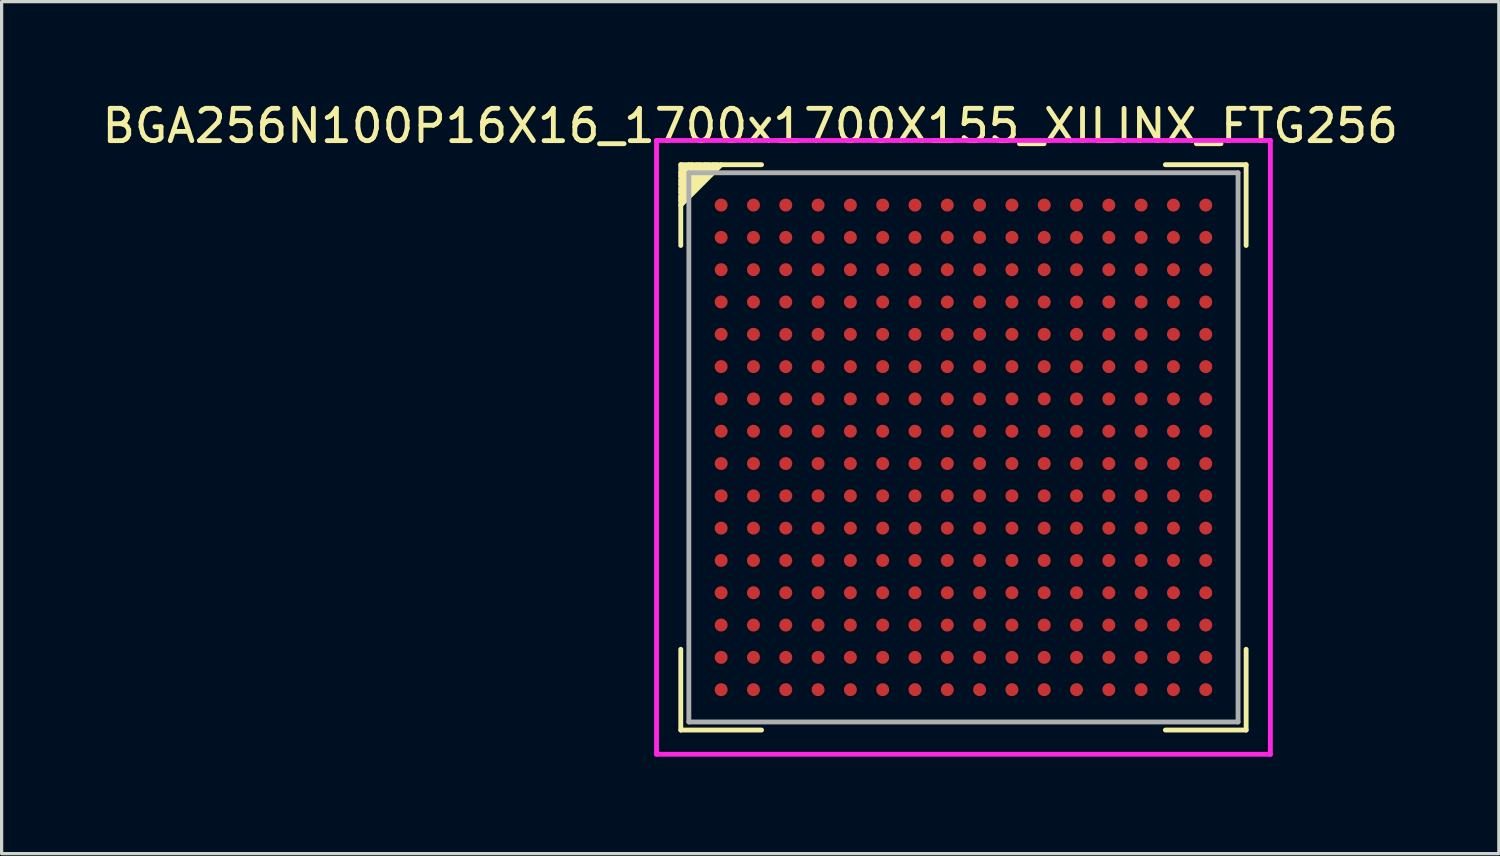
<source format=kicad_pcb>
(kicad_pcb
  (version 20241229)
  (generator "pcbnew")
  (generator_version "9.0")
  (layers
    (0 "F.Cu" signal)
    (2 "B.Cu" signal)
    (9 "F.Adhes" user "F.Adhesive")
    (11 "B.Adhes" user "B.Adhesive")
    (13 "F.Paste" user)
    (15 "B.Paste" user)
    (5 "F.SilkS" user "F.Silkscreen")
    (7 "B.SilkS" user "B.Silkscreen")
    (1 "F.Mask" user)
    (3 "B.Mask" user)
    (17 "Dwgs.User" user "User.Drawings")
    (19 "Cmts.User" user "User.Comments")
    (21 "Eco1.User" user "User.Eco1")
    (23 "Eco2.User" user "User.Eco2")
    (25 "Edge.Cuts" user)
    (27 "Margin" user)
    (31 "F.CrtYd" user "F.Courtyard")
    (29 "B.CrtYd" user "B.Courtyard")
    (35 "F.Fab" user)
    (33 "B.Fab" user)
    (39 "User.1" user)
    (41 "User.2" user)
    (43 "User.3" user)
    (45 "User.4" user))
  (footprint "BGA256N100P16X16_1700x1700X155_XILINX_FTG256"
    (layer "F.Cu")
    (at 26.773 10.798)
    (property "Reference" "BGA256N100P16X16_1700x1700X155_XILINX_FTG256" (at -6.6 -9.95 0) (layer "F.SilkS") (effects (font (size 1 1) (thickness 0.15))))
    (attr through_hole)
    (fp_line (start -8.75 -8.75) (end -8.75 -6.25) (stroke (width 0.15) (type solid)) (layer "F.SilkS"))
    (fp_line (start -8.75 -8.75) (end -6.25 -8.75) (stroke (width 0.15) (type solid)) (layer "F.SilkS"))
    (fp_line (start -8.75 -8.5) (end -8.5 -8.75) (stroke (width 0.15) (type solid)) (layer "F.SilkS"))
    (fp_line (start -8.75 -8.4) (end -8.4 -8.75) (stroke (width 0.15) (type solid)) (layer "F.SilkS"))
    (fp_line (start -8.75 -8.25) (end -8.25 -8.75) (stroke (width 0.15) (type solid)) (layer "F.SilkS"))
    (fp_line (start -8.75 -8) (end -8 -8.75) (stroke (width 0.15) (type solid)) (layer "F.SilkS"))
    (fp_line (start -8.75 -7.9) (end -7.9 -8.75) (stroke (width 0.15) (type solid)) (layer "F.SilkS"))
    (fp_line (start -8.75 -7.75) (end -7.75 -8.75) (stroke (width 0.15) (type solid)) (layer "F.SilkS"))
    (fp_line (start -8.75 -7.65) (end -7.65 -8.75) (stroke (width 0.15) (type solid)) (layer "F.SilkS"))
    (fp_line (start -8.75 -7.5) (end -7.5 -8.75) (stroke (width 0.15) (type solid)) (layer "F.SilkS"))
    (fp_line (start -8.75 8.75) (end -8.75 6.25) (stroke (width 0.15) (type solid)) (layer "F.SilkS"))
    (fp_line (start -8.75 8.75) (end -6.25 8.75) (stroke (width 0.15) (type solid)) (layer "F.SilkS"))
    (fp_line (start -8.15 -8.75) (end -8.75 -8.15) (stroke (width 0.15) (type solid)) (layer "F.SilkS"))
    (fp_line (start 8.75 -8.75) (end 6.25 -8.75) (stroke (width 0.15) (type solid)) (layer "F.SilkS"))
    (fp_line (start 8.75 -8.75) (end 8.75 -6.25) (stroke (width 0.15) (type solid)) (layer "F.SilkS"))
    (fp_line (start 8.75 6.25) (end 8.75 8.75) (stroke (width 0.15) (type solid)) (layer "F.SilkS"))
    (fp_line (start 8.75 8.75) (end 6.25 8.75) (stroke (width 0.15) (type solid)) (layer "F.SilkS"))
    (fp_line (start -9.5 -9.5) (end 9.5 -9.5) (stroke (width 0.15) (type solid)) (layer "F.CrtYd"))
    (fp_line (start -9.5 9.5) (end -9.5 -9.5) (stroke (width 0.15) (type solid)) (layer "F.CrtYd"))
    (fp_line (start 9.5 -9.5) (end 9.5 9.5) (stroke (width 0.15) (type solid)) (layer "F.CrtYd"))
    (fp_line (start 9.5 9.5) (end -9.5 9.5) (stroke (width 0.15) (type solid)) (layer "F.CrtYd"))
    (fp_line (start -8.5 -8.5) (end 8.5 -8.5) (stroke (width 0.15) (type solid)) (layer "F.Fab"))
    (fp_line (start -8.5 8.5) (end -8.5 -8.5) (stroke (width 0.15) (type solid)) (layer "F.Fab"))
    (fp_line (start 8.5 -8.5) (end 8.5 8.5) (stroke (width 0.15) (type solid)) (layer "F.Fab"))
    (fp_line (start 8.5 8.5) (end -8.5 8.5) (stroke (width 0.15) (type solid)) (layer "F.Fab"))
    (pad "A1" smd circle (at -7.5 -7.5) (size 0.4 0.4) (layers "F.Cu" "F.Mask" "F.Paste"))
    (pad "A2" smd circle (at -6.5 -7.5) (size 0.4 0.4) (layers "F.Cu" "F.Mask" "F.Paste"))
    (pad "A3" smd circle (at -5.5 -7.5) (size 0.4 0.4) (layers "F.Cu" "F.Mask" "F.Paste"))
    (pad "A4" smd circle (at -4.5 -7.5) (size 0.4 0.4) (layers "F.Cu" "F.Mask" "F.Paste"))
    (pad "A5" smd circle (at -3.5 -7.5) (size 0.4 0.4) (layers "F.Cu" "F.Mask" "F.Paste"))
    (pad "A6" smd circle (at -2.5 -7.5) (size 0.4 0.4) (layers "F.Cu" "F.Mask" "F.Paste"))
    (pad "A7" smd circle (at -1.5 -7.5) (size 0.4 0.4) (layers "F.Cu" "F.Mask" "F.Paste"))
    (pad "A8" smd circle (at -0.5 -7.5) (size 0.4 0.4) (layers "F.Cu" "F.Mask" "F.Paste"))
    (pad "A9" smd circle (at 0.5 -7.5) (size 0.4 0.4) (layers "F.Cu" "F.Mask" "F.Paste"))
    (pad "A10" smd circle (at 1.5 -7.5) (size 0.4 0.4) (layers "F.Cu" "F.Mask" "F.Paste"))
    (pad "A11" smd circle (at 2.5 -7.5) (size 0.4 0.4) (layers "F.Cu" "F.Mask" "F.Paste"))
    (pad "A12" smd circle (at 3.5 -7.5) (size 0.4 0.4) (layers "F.Cu" "F.Mask" "F.Paste"))
    (pad "A13" smd circle (at 4.5 -7.5) (size 0.4 0.4) (layers "F.Cu" "F.Mask" "F.Paste"))
    (pad "A14" smd circle (at 5.5 -7.5) (size 0.4 0.4) (layers "F.Cu" "F.Mask" "F.Paste"))
    (pad "A15" smd circle (at 6.5 -7.5) (size 0.4 0.4) (layers "F.Cu" "F.Mask" "F.Paste"))
    (pad "A16" smd circle (at 7.5 -7.5) (size 0.4 0.4) (layers "F.Cu" "F.Mask" "F.Paste"))
    (pad "B1" smd circle (at -7.5 -6.5) (size 0.4 0.4) (layers "F.Cu" "F.Mask" "F.Paste"))
    (pad "B2" smd circle (at -6.5 -6.5) (size 0.4 0.4) (layers "F.Cu" "F.Mask" "F.Paste"))
    (pad "B3" smd circle (at -5.5 -6.5) (size 0.4 0.4) (layers "F.Cu" "F.Mask" "F.Paste"))
    (pad "B4" smd circle (at -4.5 -6.5) (size 0.4 0.4) (layers "F.Cu" "F.Mask" "F.Paste"))
    (pad "B5" smd circle (at -3.5 -6.5) (size 0.4 0.4) (layers "F.Cu" "F.Mask" "F.Paste"))
    (pad "B6" smd circle (at -2.5 -6.5) (size 0.4 0.4) (layers "F.Cu" "F.Mask" "F.Paste"))
    (pad "B7" smd circle (at -1.5 -6.5) (size 0.4 0.4) (layers "F.Cu" "F.Mask" "F.Paste"))
    (pad "B8" smd circle (at -0.5 -6.5) (size 0.4 0.4) (layers "F.Cu" "F.Mask" "F.Paste"))
    (pad "B9" smd circle (at 0.5 -6.5) (size 0.4 0.4) (layers "F.Cu" "F.Mask" "F.Paste"))
    (pad "B10" smd circle (at 1.5 -6.5) (size 0.4 0.4) (layers "F.Cu" "F.Mask" "F.Paste"))
    (pad "B11" smd circle (at 2.5 -6.5) (size 0.4 0.4) (layers "F.Cu" "F.Mask" "F.Paste"))
    (pad "B12" smd circle (at 3.5 -6.5) (size 0.4 0.4) (layers "F.Cu" "F.Mask" "F.Paste"))
    (pad "B13" smd circle (at 4.5 -6.5) (size 0.4 0.4) (layers "F.Cu" "F.Mask" "F.Paste"))
    (pad "B14" smd circle (at 5.5 -6.5) (size 0.4 0.4) (layers "F.Cu" "F.Mask" "F.Paste"))
    (pad "B15" smd circle (at 6.5 -6.5) (size 0.4 0.4) (layers "F.Cu" "F.Mask" "F.Paste"))
    (pad "B16" smd circle (at 7.5 -6.5) (size 0.4 0.4) (layers "F.Cu" "F.Mask" "F.Paste"))
    (pad "C1" smd circle (at -7.5 -5.5) (size 0.4 0.4) (layers "F.Cu" "F.Mask" "F.Paste"))
    (pad "C2" smd circle (at -6.5 -5.5) (size 0.4 0.4) (layers "F.Cu" "F.Mask" "F.Paste"))
    (pad "C3" smd circle (at -5.5 -5.5) (size 0.4 0.4) (layers "F.Cu" "F.Mask" "F.Paste"))
    (pad "C4" smd circle (at -4.5 -5.5) (size 0.4 0.4) (layers "F.Cu" "F.Mask" "F.Paste"))
    (pad "C5" smd circle (at -3.5 -5.5) (size 0.4 0.4) (layers "F.Cu" "F.Mask" "F.Paste"))
    (pad "C6" smd circle (at -2.5 -5.5) (size 0.4 0.4) (layers "F.Cu" "F.Mask" "F.Paste"))
    (pad "C7" smd circle (at -1.5 -5.5) (size 0.4 0.4) (layers "F.Cu" "F.Mask" "F.Paste"))
    (pad "C8" smd circle (at -0.5 -5.5) (size 0.4 0.4) (layers "F.Cu" "F.Mask" "F.Paste"))
    (pad "C9" smd circle (at 0.5 -5.5) (size 0.4 0.4) (layers "F.Cu" "F.Mask" "F.Paste"))
    (pad "C10" smd circle (at 1.5 -5.5) (size 0.4 0.4) (layers "F.Cu" "F.Mask" "F.Paste"))
    (pad "C11" smd circle (at 2.5 -5.5) (size 0.4 0.4) (layers "F.Cu" "F.Mask" "F.Paste"))
    (pad "C12" smd circle (at 3.5 -5.5) (size 0.4 0.4) (layers "F.Cu" "F.Mask" "F.Paste"))
    (pad "C13" smd circle (at 4.5 -5.5) (size 0.4 0.4) (layers "F.Cu" "F.Mask" "F.Paste"))
    (pad "C14" smd circle (at 5.5 -5.5) (size 0.4 0.4) (layers "F.Cu" "F.Mask" "F.Paste"))
    (pad "C15" smd circle (at 6.5 -5.5) (size 0.4 0.4) (layers "F.Cu" "F.Mask" "F.Paste"))
    (pad "C16" smd circle (at 7.5 -5.5) (size 0.4 0.4) (layers "F.Cu" "F.Mask" "F.Paste"))
    (pad "D1" smd circle (at -7.5 -4.5) (size 0.4 0.4) (layers "F.Cu" "F.Mask" "F.Paste"))
    (pad "D2" smd circle (at -6.5 -4.5) (size 0.4 0.4) (layers "F.Cu" "F.Mask" "F.Paste"))
    (pad "D3" smd circle (at -5.5 -4.5) (size 0.4 0.4) (layers "F.Cu" "F.Mask" "F.Paste"))
    (pad "D4" smd circle (at -4.5 -4.5) (size 0.4 0.4) (layers "F.Cu" "F.Mask" "F.Paste"))
    (pad "D5" smd circle (at -3.5 -4.5) (size 0.4 0.4) (layers "F.Cu" "F.Mask" "F.Paste"))
    (pad "D6" smd circle (at -2.5 -4.5) (size 0.4 0.4) (layers "F.Cu" "F.Mask" "F.Paste"))
    (pad "D7" smd circle (at -1.5 -4.5) (size 0.4 0.4) (layers "F.Cu" "F.Mask" "F.Paste"))
    (pad "D8" smd circle (at -0.5 -4.5) (size 0.4 0.4) (layers "F.Cu" "F.Mask" "F.Paste"))
    (pad "D9" smd circle (at 0.5 -4.5) (size 0.4 0.4) (layers "F.Cu" "F.Mask" "F.Paste"))
    (pad "D10" smd circle (at 1.5 -4.5) (size 0.4 0.4) (layers "F.Cu" "F.Mask" "F.Paste"))
    (pad "D11" smd circle (at 2.5 -4.5) (size 0.4 0.4) (layers "F.Cu" "F.Mask" "F.Paste"))
    (pad "D12" smd circle (at 3.5 -4.5) (size 0.4 0.4) (layers "F.Cu" "F.Mask" "F.Paste"))
    (pad "D13" smd circle (at 4.5 -4.5) (size 0.4 0.4) (layers "F.Cu" "F.Mask" "F.Paste"))
    (pad "D14" smd circle (at 5.5 -4.5) (size 0.4 0.4) (layers "F.Cu" "F.Mask" "F.Paste"))
    (pad "D15" smd circle (at 6.5 -4.5) (size 0.4 0.4) (layers "F.Cu" "F.Mask" "F.Paste"))
    (pad "D16" smd circle (at 7.5 -4.5) (size 0.4 0.4) (layers "F.Cu" "F.Mask" "F.Paste"))
    (pad "E1" smd circle (at -7.5 -3.5) (size 0.4 0.4) (layers "F.Cu" "F.Mask" "F.Paste"))
    (pad "E2" smd circle (at -6.5 -3.5) (size 0.4 0.4) (layers "F.Cu" "F.Mask" "F.Paste"))
    (pad "E3" smd circle (at -5.5 -3.5) (size 0.4 0.4) (layers "F.Cu" "F.Mask" "F.Paste"))
    (pad "E4" smd circle (at -4.5 -3.5) (size 0.4 0.4) (layers "F.Cu" "F.Mask" "F.Paste"))
    (pad "E5" smd circle (at -3.5 -3.5) (size 0.4 0.4) (layers "F.Cu" "F.Mask" "F.Paste"))
    (pad "E6" smd circle (at -2.5 -3.5) (size 0.4 0.4) (layers "F.Cu" "F.Mask" "F.Paste"))
    (pad "E7" smd circle (at -1.5 -3.5) (size 0.4 0.4) (layers "F.Cu" "F.Mask" "F.Paste"))
    (pad "E8" smd circle (at -0.5 -3.5) (size 0.4 0.4) (layers "F.Cu" "F.Mask" "F.Paste"))
    (pad "E9" smd circle (at 0.5 -3.5) (size 0.4 0.4) (layers "F.Cu" "F.Mask" "F.Paste"))
    (pad "E10" smd circle (at 1.5 -3.5) (size 0.4 0.4) (layers "F.Cu" "F.Mask" "F.Paste"))
    (pad "E11" smd circle (at 2.5 -3.5) (size 0.4 0.4) (layers "F.Cu" "F.Mask" "F.Paste"))
    (pad "E12" smd circle (at 3.5 -3.5) (size 0.4 0.4) (layers "F.Cu" "F.Mask" "F.Paste"))
    (pad "E13" smd circle (at 4.5 -3.5) (size 0.4 0.4) (layers "F.Cu" "F.Mask" "F.Paste"))
    (pad "E14" smd circle (at 5.5 -3.5) (size 0.4 0.4) (layers "F.Cu" "F.Mask" "F.Paste"))
    (pad "E15" smd circle (at 6.5 -3.5) (size 0.4 0.4) (layers "F.Cu" "F.Mask" "F.Paste"))
    (pad "E16" smd circle (at 7.5 -3.5) (size 0.4 0.4) (layers "F.Cu" "F.Mask" "F.Paste"))
    (pad "F1" smd circle (at -7.5 -2.5) (size 0.4 0.4) (layers "F.Cu" "F.Mask" "F.Paste"))
    (pad "F2" smd circle (at -6.5 -2.5) (size 0.4 0.4) (layers "F.Cu" "F.Mask" "F.Paste"))
    (pad "F3" smd circle (at -5.5 -2.5) (size 0.4 0.4) (layers "F.Cu" "F.Mask" "F.Paste"))
    (pad "F4" smd circle (at -4.5 -2.5) (size 0.4 0.4) (layers "F.Cu" "F.Mask" "F.Paste"))
    (pad "F5" smd circle (at -3.5 -2.5) (size 0.4 0.4) (layers "F.Cu" "F.Mask" "F.Paste"))
    (pad "F6" smd circle (at -2.5 -2.5) (size 0.4 0.4) (layers "F.Cu" "F.Mask" "F.Paste"))
    (pad "F7" smd circle (at -1.5 -2.5) (size 0.4 0.4) (layers "F.Cu" "F.Mask" "F.Paste"))
    (pad "F8" smd circle (at -0.5 -2.5) (size 0.4 0.4) (layers "F.Cu" "F.Mask" "F.Paste"))
    (pad "F9" smd circle (at 0.5 -2.5) (size 0.4 0.4) (layers "F.Cu" "F.Mask" "F.Paste"))
    (pad "F10" smd circle (at 1.5 -2.5) (size 0.4 0.4) (layers "F.Cu" "F.Mask" "F.Paste"))
    (pad "F11" smd circle (at 2.5 -2.5) (size 0.4 0.4) (layers "F.Cu" "F.Mask" "F.Paste"))
    (pad "F12" smd circle (at 3.5 -2.5) (size 0.4 0.4) (layers "F.Cu" "F.Mask" "F.Paste"))
    (pad "F13" smd circle (at 4.5 -2.5) (size 0.4 0.4) (layers "F.Cu" "F.Mask" "F.Paste"))
    (pad "F14" smd circle (at 5.5 -2.5) (size 0.4 0.4) (layers "F.Cu" "F.Mask" "F.Paste"))
    (pad "F15" smd circle (at 6.5 -2.5) (size 0.4 0.4) (layers "F.Cu" "F.Mask" "F.Paste"))
    (pad "F16" smd circle (at 7.5 -2.5) (size 0.4 0.4) (layers "F.Cu" "F.Mask" "F.Paste"))
    (pad "G1" smd circle (at -7.5 -1.5) (size 0.4 0.4) (layers "F.Cu" "F.Mask" "F.Paste"))
    (pad "G2" smd circle (at -6.5 -1.5) (size 0.4 0.4) (layers "F.Cu" "F.Mask" "F.Paste"))
    (pad "G3" smd circle (at -5.5 -1.5) (size 0.4 0.4) (layers "F.Cu" "F.Mask" "F.Paste"))
    (pad "G4" smd circle (at -4.5 -1.5) (size 0.4 0.4) (layers "F.Cu" "F.Mask" "F.Paste"))
    (pad "G5" smd circle (at -3.5 -1.5) (size 0.4 0.4) (layers "F.Cu" "F.Mask" "F.Paste"))
    (pad "G6" smd circle (at -2.5 -1.5) (size 0.4 0.4) (layers "F.Cu" "F.Mask" "F.Paste"))
    (pad "G7" smd circle (at -1.5 -1.5) (size 0.4 0.4) (layers "F.Cu" "F.Mask" "F.Paste"))
    (pad "G8" smd circle (at -0.5 -1.5) (size 0.4 0.4) (layers "F.Cu" "F.Mask" "F.Paste"))
    (pad "G9" smd circle (at 0.5 -1.5) (size 0.4 0.4) (layers "F.Cu" "F.Mask" "F.Paste"))
    (pad "G10" smd circle (at 1.5 -1.5) (size 0.4 0.4) (layers "F.Cu" "F.Mask" "F.Paste"))
    (pad "G11" smd circle (at 2.5 -1.5) (size 0.4 0.4) (layers "F.Cu" "F.Mask" "F.Paste"))
    (pad "G12" smd circle (at 3.5 -1.5) (size 0.4 0.4) (layers "F.Cu" "F.Mask" "F.Paste"))
    (pad "G13" smd circle (at 4.5 -1.5) (size 0.4 0.4) (layers "F.Cu" "F.Mask" "F.Paste"))
    (pad "G14" smd circle (at 5.5 -1.5) (size 0.4 0.4) (layers "F.Cu" "F.Mask" "F.Paste"))
    (pad "G15" smd circle (at 6.5 -1.5) (size 0.4 0.4) (layers "F.Cu" "F.Mask" "F.Paste"))
    (pad "G16" smd circle (at 7.5 -1.5) (size 0.4 0.4) (layers "F.Cu" "F.Mask" "F.Paste"))
    (pad "H1" smd circle (at -7.5 -0.5) (size 0.4 0.4) (layers "F.Cu" "F.Mask" "F.Paste"))
    (pad "H2" smd circle (at -6.5 -0.5) (size 0.4 0.4) (layers "F.Cu" "F.Mask" "F.Paste"))
    (pad "H3" smd circle (at -5.5 -0.5) (size 0.4 0.4) (layers "F.Cu" "F.Mask" "F.Paste"))
    (pad "H4" smd circle (at -4.5 -0.5) (size 0.4 0.4) (layers "F.Cu" "F.Mask" "F.Paste"))
    (pad "H5" smd circle (at -3.5 -0.5) (size 0.4 0.4) (layers "F.Cu" "F.Mask" "F.Paste"))
    (pad "H6" smd circle (at -2.5 -0.5) (size 0.4 0.4) (layers "F.Cu" "F.Mask" "F.Paste"))
    (pad "H7" smd circle (at -1.5 -0.5) (size 0.4 0.4) (layers "F.Cu" "F.Mask" "F.Paste"))
    (pad "H8" smd circle (at -0.5 -0.5) (size 0.4 0.4) (layers "F.Cu" "F.Mask" "F.Paste"))
    (pad "H9" smd circle (at 0.5 -0.5) (size 0.4 0.4) (layers "F.Cu" "F.Mask" "F.Paste"))
    (pad "H10" smd circle (at 1.5 -0.5) (size 0.4 0.4) (layers "F.Cu" "F.Mask" "F.Paste"))
    (pad "H11" smd circle (at 2.5 -0.5) (size 0.4 0.4) (layers "F.Cu" "F.Mask" "F.Paste"))
    (pad "H12" smd circle (at 3.5 -0.5) (size 0.4 0.4) (layers "F.Cu" "F.Mask" "F.Paste"))
    (pad "H13" smd circle (at 4.5 -0.5) (size 0.4 0.4) (layers "F.Cu" "F.Mask" "F.Paste"))
    (pad "H14" smd circle (at 5.5 -0.5) (size 0.4 0.4) (layers "F.Cu" "F.Mask" "F.Paste"))
    (pad "H15" smd circle (at 6.5 -0.5) (size 0.4 0.4) (layers "F.Cu" "F.Mask" "F.Paste"))
    (pad "H16" smd circle (at 7.5 -0.5) (size 0.4 0.4) (layers "F.Cu" "F.Mask" "F.Paste"))
    (pad "J1" smd circle (at -7.5 0.5) (size 0.4 0.4) (layers "F.Cu" "F.Mask" "F.Paste"))
    (pad "J2" smd circle (at -6.5 0.5) (size 0.4 0.4) (layers "F.Cu" "F.Mask" "F.Paste"))
    (pad "J3" smd circle (at -5.5 0.5) (size 0.4 0.4) (layers "F.Cu" "F.Mask" "F.Paste"))
    (pad "J4" smd circle (at -4.5 0.5) (size 0.4 0.4) (layers "F.Cu" "F.Mask" "F.Paste"))
    (pad "J5" smd circle (at -3.5 0.5) (size 0.4 0.4) (layers "F.Cu" "F.Mask" "F.Paste"))
    (pad "J6" smd circle (at -2.5 0.5) (size 0.4 0.4) (layers "F.Cu" "F.Mask" "F.Paste"))
    (pad "J7" smd circle (at -1.5 0.5) (size 0.4 0.4) (layers "F.Cu" "F.Mask" "F.Paste"))
    (pad "J8" smd circle (at -0.5 0.5) (size 0.4 0.4) (layers "F.Cu" "F.Mask" "F.Paste"))
    (pad "J9" smd circle (at 0.5 0.5) (size 0.4 0.4) (layers "F.Cu" "F.Mask" "F.Paste"))
    (pad "J10" smd circle (at 1.5 0.5) (size 0.4 0.4) (layers "F.Cu" "F.Mask" "F.Paste"))
    (pad "J11" smd circle (at 2.5 0.5) (size 0.4 0.4) (layers "F.Cu" "F.Mask" "F.Paste"))
    (pad "J12" smd circle (at 3.5 0.5) (size 0.4 0.4) (layers "F.Cu" "F.Mask" "F.Paste"))
    (pad "J13" smd circle (at 4.5 0.5) (size 0.4 0.4) (layers "F.Cu" "F.Mask" "F.Paste"))
    (pad "J14" smd circle (at 5.5 0.5) (size 0.4 0.4) (layers "F.Cu" "F.Mask" "F.Paste"))
    (pad "J15" smd circle (at 6.5 0.5) (size 0.4 0.4) (layers "F.Cu" "F.Mask" "F.Paste"))
    (pad "J16" smd circle (at 7.5 0.5) (size 0.4 0.4) (layers "F.Cu" "F.Mask" "F.Paste"))
    (pad "K1" smd circle (at -7.5 1.5) (size 0.4 0.4) (layers "F.Cu" "F.Mask" "F.Paste"))
    (pad "K2" smd circle (at -6.5 1.5) (size 0.4 0.4) (layers "F.Cu" "F.Mask" "F.Paste"))
    (pad "K3" smd circle (at -5.5 1.5) (size 0.4 0.4) (layers "F.Cu" "F.Mask" "F.Paste"))
    (pad "K4" smd circle (at -4.5 1.5) (size 0.4 0.4) (layers "F.Cu" "F.Mask" "F.Paste"))
    (pad "K5" smd circle (at -3.5 1.5) (size 0.4 0.4) (layers "F.Cu" "F.Mask" "F.Paste"))
    (pad "K6" smd circle (at -2.5 1.5) (size 0.4 0.4) (layers "F.Cu" "F.Mask" "F.Paste"))
    (pad "K7" smd circle (at -1.5 1.5) (size 0.4 0.4) (layers "F.Cu" "F.Mask" "F.Paste"))
    (pad "K8" smd circle (at -0.5 1.5) (size 0.4 0.4) (layers "F.Cu" "F.Mask" "F.Paste"))
    (pad "K9" smd circle (at 0.5 1.5) (size 0.4 0.4) (layers "F.Cu" "F.Mask" "F.Paste"))
    (pad "K10" smd circle (at 1.5 1.5) (size 0.4 0.4) (layers "F.Cu" "F.Mask" "F.Paste"))
    (pad "K11" smd circle (at 2.5 1.5) (size 0.4 0.4) (layers "F.Cu" "F.Mask" "F.Paste"))
    (pad "K12" smd circle (at 3.5 1.5) (size 0.4 0.4) (layers "F.Cu" "F.Mask" "F.Paste"))
    (pad "K13" smd circle (at 4.5 1.5) (size 0.4 0.4) (layers "F.Cu" "F.Mask" "F.Paste"))
    (pad "K14" smd circle (at 5.5 1.5) (size 0.4 0.4) (layers "F.Cu" "F.Mask" "F.Paste"))
    (pad "K15" smd circle (at 6.5 1.5) (size 0.4 0.4) (layers "F.Cu" "F.Mask" "F.Paste"))
    (pad "K16" smd circle (at 7.5 1.5) (size 0.4 0.4) (layers "F.Cu" "F.Mask" "F.Paste"))
    (pad "L1" smd circle (at -7.5 2.5) (size 0.4 0.4) (layers "F.Cu" "F.Mask" "F.Paste"))
    (pad "L2" smd circle (at -6.5 2.5) (size 0.4 0.4) (layers "F.Cu" "F.Mask" "F.Paste"))
    (pad "L3" smd circle (at -5.5 2.5) (size 0.4 0.4) (layers "F.Cu" "F.Mask" "F.Paste"))
    (pad "L4" smd circle (at -4.5 2.5) (size 0.4 0.4) (layers "F.Cu" "F.Mask" "F.Paste"))
    (pad "L5" smd circle (at -3.5 2.5) (size 0.4 0.4) (layers "F.Cu" "F.Mask" "F.Paste"))
    (pad "L6" smd circle (at -2.5 2.5) (size 0.4 0.4) (layers "F.Cu" "F.Mask" "F.Paste"))
    (pad "L7" smd circle (at -1.5 2.5) (size 0.4 0.4) (layers "F.Cu" "F.Mask" "F.Paste"))
    (pad "L8" smd circle (at -0.5 2.5) (size 0.4 0.4) (layers "F.Cu" "F.Mask" "F.Paste"))
    (pad "L9" smd circle (at 0.5 2.5) (size 0.4 0.4) (layers "F.Cu" "F.Mask" "F.Paste"))
    (pad "L10" smd circle (at 1.5 2.5) (size 0.4 0.4) (layers "F.Cu" "F.Mask" "F.Paste"))
    (pad "L11" smd circle (at 2.5 2.5) (size 0.4 0.4) (layers "F.Cu" "F.Mask" "F.Paste"))
    (pad "L12" smd circle (at 3.5 2.5) (size 0.4 0.4) (layers "F.Cu" "F.Mask" "F.Paste"))
    (pad "L13" smd circle (at 4.5 2.5) (size 0.4 0.4) (layers "F.Cu" "F.Mask" "F.Paste"))
    (pad "L14" smd circle (at 5.5 2.5) (size 0.4 0.4) (layers "F.Cu" "F.Mask" "F.Paste"))
    (pad "L15" smd circle (at 6.5 2.5) (size 0.4 0.4) (layers "F.Cu" "F.Mask" "F.Paste"))
    (pad "L16" smd circle (at 7.5 2.5) (size 0.4 0.4) (layers "F.Cu" "F.Mask" "F.Paste"))
    (pad "M1" smd circle (at -7.5 3.5) (size 0.4 0.4) (layers "F.Cu" "F.Mask" "F.Paste"))
    (pad "M2" smd circle (at -6.5 3.5) (size 0.4 0.4) (layers "F.Cu" "F.Mask" "F.Paste"))
    (pad "M3" smd circle (at -5.5 3.5) (size 0.4 0.4) (layers "F.Cu" "F.Mask" "F.Paste"))
    (pad "M4" smd circle (at -4.5 3.5) (size 0.4 0.4) (layers "F.Cu" "F.Mask" "F.Paste"))
    (pad "M5" smd circle (at -3.5 3.5) (size 0.4 0.4) (layers "F.Cu" "F.Mask" "F.Paste"))
    (pad "M6" smd circle (at -2.5 3.5) (size 0.4 0.4) (layers "F.Cu" "F.Mask" "F.Paste"))
    (pad "M7" smd circle (at -1.5 3.5) (size 0.4 0.4) (layers "F.Cu" "F.Mask" "F.Paste"))
    (pad "M8" smd circle (at -0.5 3.5) (size 0.4 0.4) (layers "F.Cu" "F.Mask" "F.Paste"))
    (pad "M9" smd circle (at 0.5 3.5) (size 0.4 0.4) (layers "F.Cu" "F.Mask" "F.Paste"))
    (pad "M10" smd circle (at 1.5 3.5) (size 0.4 0.4) (layers "F.Cu" "F.Mask" "F.Paste"))
    (pad "M11" smd circle (at 2.5 3.5) (size 0.4 0.4) (layers "F.Cu" "F.Mask" "F.Paste"))
    (pad "M12" smd circle (at 3.5 3.5) (size 0.4 0.4) (layers "F.Cu" "F.Mask" "F.Paste"))
    (pad "M13" smd circle (at 4.5 3.5) (size 0.4 0.4) (layers "F.Cu" "F.Mask" "F.Paste"))
    (pad "M14" smd circle (at 5.5 3.5) (size 0.4 0.4) (layers "F.Cu" "F.Mask" "F.Paste"))
    (pad "M15" smd circle (at 6.5 3.5) (size 0.4 0.4) (layers "F.Cu" "F.Mask" "F.Paste"))
    (pad "M16" smd circle (at 7.5 3.5) (size 0.4 0.4) (layers "F.Cu" "F.Mask" "F.Paste"))
    (pad "N1" smd circle (at -7.5 4.5) (size 0.4 0.4) (layers "F.Cu" "F.Mask" "F.Paste"))
    (pad "N2" smd circle (at -6.5 4.5) (size 0.4 0.4) (layers "F.Cu" "F.Mask" "F.Paste"))
    (pad "N3" smd circle (at -5.5 4.5) (size 0.4 0.4) (layers "F.Cu" "F.Mask" "F.Paste"))
    (pad "N4" smd circle (at -4.5 4.5) (size 0.4 0.4) (layers "F.Cu" "F.Mask" "F.Paste"))
    (pad "N5" smd circle (at -3.5 4.5) (size 0.4 0.4) (layers "F.Cu" "F.Mask" "F.Paste"))
    (pad "N6" smd circle (at -2.5 4.5) (size 0.4 0.4) (layers "F.Cu" "F.Mask" "F.Paste"))
    (pad "N7" smd circle (at -1.5 4.5) (size 0.4 0.4) (layers "F.Cu" "F.Mask" "F.Paste"))
    (pad "N8" smd circle (at -0.5 4.5) (size 0.4 0.4) (layers "F.Cu" "F.Mask" "F.Paste"))
    (pad "N9" smd circle (at 0.5 4.5) (size 0.4 0.4) (layers "F.Cu" "F.Mask" "F.Paste"))
    (pad "N10" smd circle (at 1.5 4.5) (size 0.4 0.4) (layers "F.Cu" "F.Mask" "F.Paste"))
    (pad "N11" smd circle (at 2.5 4.5) (size 0.4 0.4) (layers "F.Cu" "F.Mask" "F.Paste"))
    (pad "N12" smd circle (at 3.5 4.5) (size 0.4 0.4) (layers "F.Cu" "F.Mask" "F.Paste"))
    (pad "N13" smd circle (at 4.5 4.5) (size 0.4 0.4) (layers "F.Cu" "F.Mask" "F.Paste"))
    (pad "N14" smd circle (at 5.5 4.5) (size 0.4 0.4) (layers "F.Cu" "F.Mask" "F.Paste"))
    (pad "N15" smd circle (at 6.5 4.5) (size 0.4 0.4) (layers "F.Cu" "F.Mask" "F.Paste"))
    (pad "N16" smd circle (at 7.5 4.5) (size 0.4 0.4) (layers "F.Cu" "F.Mask" "F.Paste"))
    (pad "P1" smd circle (at -7.5 5.5) (size 0.4 0.4) (layers "F.Cu" "F.Mask" "F.Paste"))
    (pad "P2" smd circle (at -6.5 5.5) (size 0.4 0.4) (layers "F.Cu" "F.Mask" "F.Paste"))
    (pad "P3" smd circle (at -5.5 5.5) (size 0.4 0.4) (layers "F.Cu" "F.Mask" "F.Paste"))
    (pad "P4" smd circle (at -4.5 5.5) (size 0.4 0.4) (layers "F.Cu" "F.Mask" "F.Paste"))
    (pad "P5" smd circle (at -3.5 5.5) (size 0.4 0.4) (layers "F.Cu" "F.Mask" "F.Paste"))
    (pad "P6" smd circle (at -2.5 5.5) (size 0.4 0.4) (layers "F.Cu" "F.Mask" "F.Paste"))
    (pad "P7" smd circle (at -1.5 5.5) (size 0.4 0.4) (layers "F.Cu" "F.Mask" "F.Paste"))
    (pad "P8" smd circle (at -0.5 5.5) (size 0.4 0.4) (layers "F.Cu" "F.Mask" "F.Paste"))
    (pad "P9" smd circle (at 0.5 5.5) (size 0.4 0.4) (layers "F.Cu" "F.Mask" "F.Paste"))
    (pad "P10" smd circle (at 1.5 5.5) (size 0.4 0.4) (layers "F.Cu" "F.Mask" "F.Paste"))
    (pad "P11" smd circle (at 2.5 5.5) (size 0.4 0.4) (layers "F.Cu" "F.Mask" "F.Paste"))
    (pad "P12" smd circle (at 3.5 5.5) (size 0.4 0.4) (layers "F.Cu" "F.Mask" "F.Paste"))
    (pad "P13" smd circle (at 4.5 5.5) (size 0.4 0.4) (layers "F.Cu" "F.Mask" "F.Paste"))
    (pad "P14" smd circle (at 5.5 5.5) (size 0.4 0.4) (layers "F.Cu" "F.Mask" "F.Paste"))
    (pad "P15" smd circle (at 6.5 5.5) (size 0.4 0.4) (layers "F.Cu" "F.Mask" "F.Paste"))
    (pad "P16" smd circle (at 7.5 5.5) (size 0.4 0.4) (layers "F.Cu" "F.Mask" "F.Paste"))
    (pad "R1" smd circle (at -7.5 6.5) (size 0.4 0.4) (layers "F.Cu" "F.Mask" "F.Paste"))
    (pad "R2" smd circle (at -6.5 6.5) (size 0.4 0.4) (layers "F.Cu" "F.Mask" "F.Paste"))
    (pad "R3" smd circle (at -5.5 6.5) (size 0.4 0.4) (layers "F.Cu" "F.Mask" "F.Paste"))
    (pad "R4" smd circle (at -4.5 6.5) (size 0.4 0.4) (layers "F.Cu" "F.Mask" "F.Paste"))
    (pad "R5" smd circle (at -3.5 6.5) (size 0.4 0.4) (layers "F.Cu" "F.Mask" "F.Paste"))
    (pad "R6" smd circle (at -2.5 6.5) (size 0.4 0.4) (layers "F.Cu" "F.Mask" "F.Paste"))
    (pad "R7" smd circle (at -1.5 6.5) (size 0.4 0.4) (layers "F.Cu" "F.Mask" "F.Paste"))
    (pad "R8" smd circle (at -0.5 6.5) (size 0.4 0.4) (layers "F.Cu" "F.Mask" "F.Paste"))
    (pad "R9" smd circle (at 0.5 6.5) (size 0.4 0.4) (layers "F.Cu" "F.Mask" "F.Paste"))
    (pad "R10" smd circle (at 1.5 6.5) (size 0.4 0.4) (layers "F.Cu" "F.Mask" "F.Paste"))
    (pad "R11" smd circle (at 2.5 6.5) (size 0.4 0.4) (layers "F.Cu" "F.Mask" "F.Paste"))
    (pad "R12" smd circle (at 3.5 6.5) (size 0.4 0.4) (layers "F.Cu" "F.Mask" "F.Paste"))
    (pad "R13" smd circle (at 4.5 6.5) (size 0.4 0.4) (layers "F.Cu" "F.Mask" "F.Paste"))
    (pad "R14" smd circle (at 5.5 6.5) (size 0.4 0.4) (layers "F.Cu" "F.Mask" "F.Paste"))
    (pad "R15" smd circle (at 6.5 6.5) (size 0.4 0.4) (layers "F.Cu" "F.Mask" "F.Paste"))
    (pad "R16" smd circle (at 7.5 6.5) (size 0.4 0.4) (layers "F.Cu" "F.Mask" "F.Paste"))
    (pad "T1" smd circle (at -7.5 7.5) (size 0.4 0.4) (layers "F.Cu" "F.Mask" "F.Paste"))
    (pad "T2" smd circle (at -6.5 7.5) (size 0.4 0.4) (layers "F.Cu" "F.Mask" "F.Paste"))
    (pad "T3" smd circle (at -5.5 7.5) (size 0.4 0.4) (layers "F.Cu" "F.Mask" "F.Paste"))
    (pad "T4" smd circle (at -4.5 7.5) (size 0.4 0.4) (layers "F.Cu" "F.Mask" "F.Paste"))
    (pad "T5" smd circle (at -3.5 7.5) (size 0.4 0.4) (layers "F.Cu" "F.Mask" "F.Paste"))
    (pad "T6" smd circle (at -2.5 7.5) (size 0.4 0.4) (layers "F.Cu" "F.Mask" "F.Paste"))
    (pad "T7" smd circle (at -1.5 7.5) (size 0.4 0.4) (layers "F.Cu" "F.Mask" "F.Paste"))
    (pad "T8" smd circle (at -0.5 7.5) (size 0.4 0.4) (layers "F.Cu" "F.Mask" "F.Paste"))
    (pad "T9" smd circle (at 0.5 7.5) (size 0.4 0.4) (layers "F.Cu" "F.Mask" "F.Paste"))
    (pad "T10" smd circle (at 1.5 7.5) (size 0.4 0.4) (layers "F.Cu" "F.Mask" "F.Paste"))
    (pad "T11" smd circle (at 2.5 7.5) (size 0.4 0.4) (layers "F.Cu" "F.Mask" "F.Paste"))
    (pad "T12" smd circle (at 3.5 7.5) (size 0.4 0.4) (layers "F.Cu" "F.Mask" "F.Paste"))
    (pad "T13" smd circle (at 4.5 7.5) (size 0.4 0.4) (layers "F.Cu" "F.Mask" "F.Paste"))
    (pad "T14" smd circle (at 5.5 7.5) (size 0.4 0.4) (layers "F.Cu" "F.Mask" "F.Paste"))
    (pad "T15" smd circle (at 6.5 7.5) (size 0.4 0.4) (layers "F.Cu" "F.Mask" "F.Paste"))
    (pad "T16" smd circle (at 7.5 7.5) (size 0.4 0.4) (layers "F.Cu" "F.Mask" "F.Paste")))
  (gr_rect
    (start -3 -3)
    (end 43.345 23.373)
    (stroke (width 0.1) (type default))
    (fill no)
    (layer "Edge.Cuts")))
</source>
